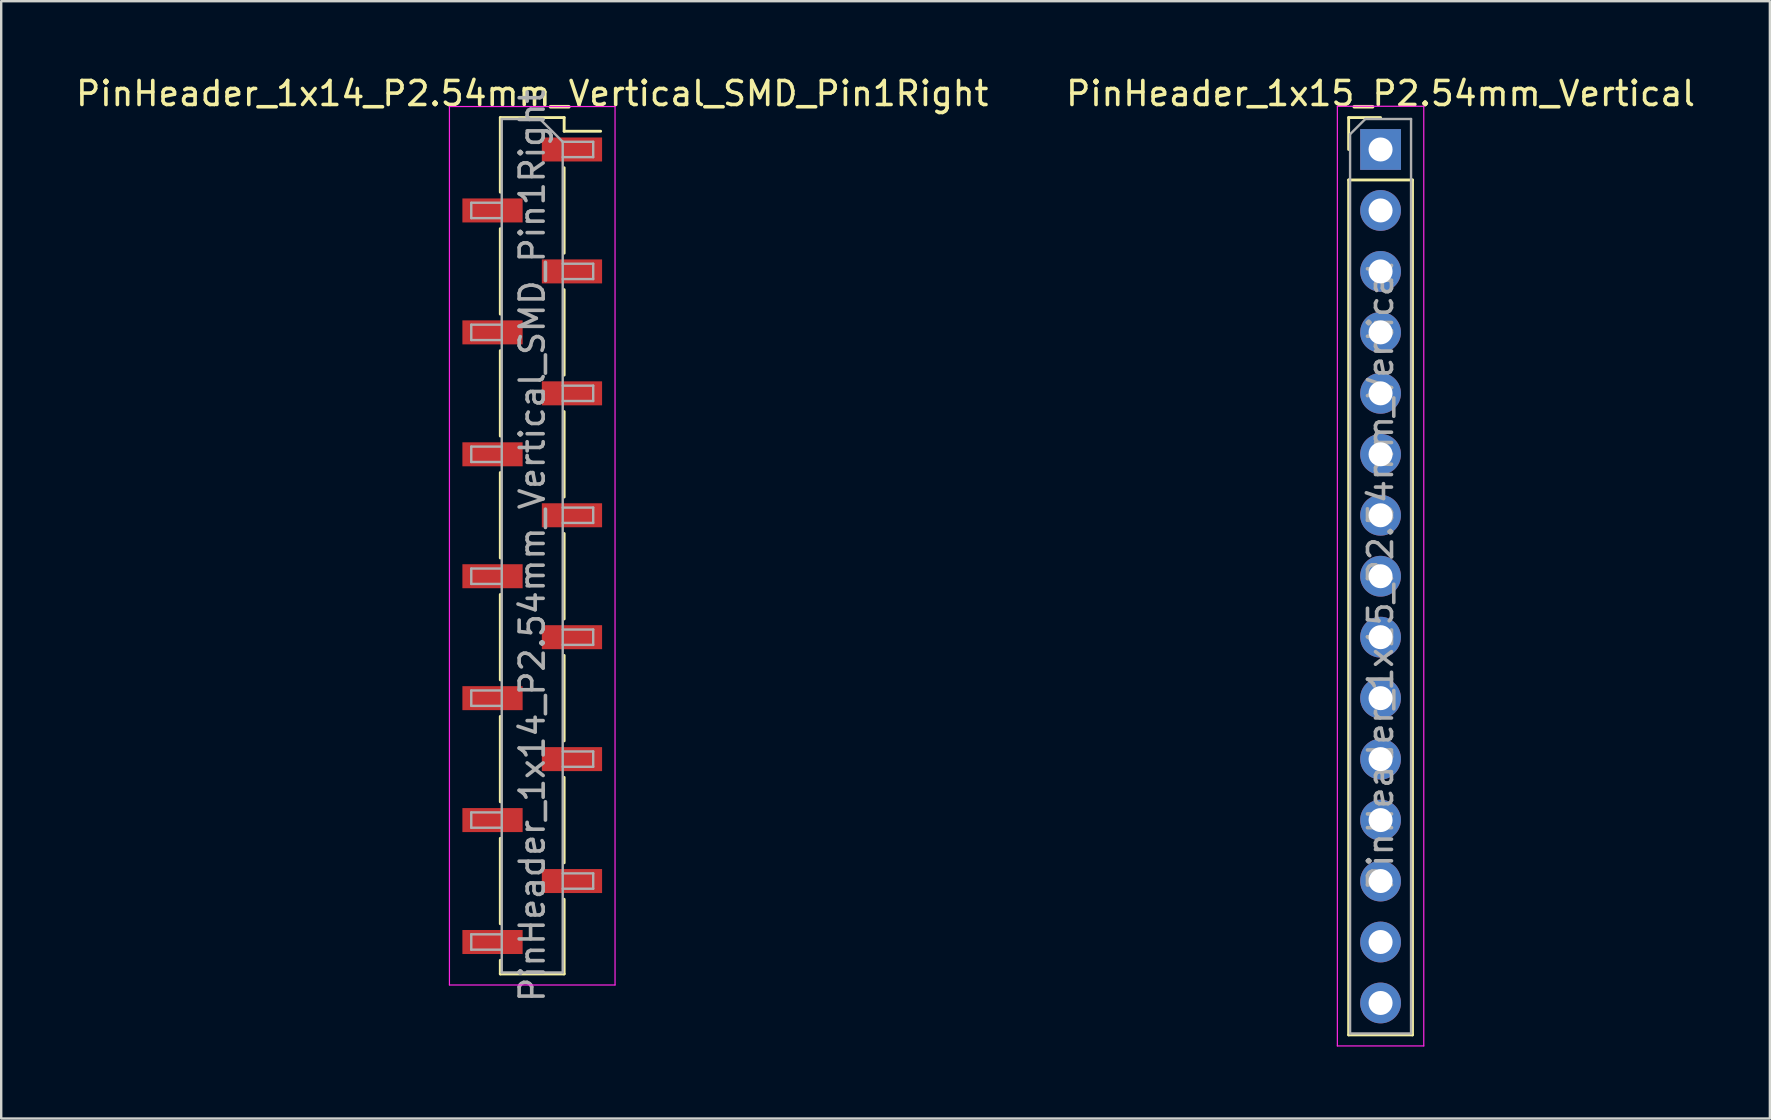
<source format=kicad_pcb>
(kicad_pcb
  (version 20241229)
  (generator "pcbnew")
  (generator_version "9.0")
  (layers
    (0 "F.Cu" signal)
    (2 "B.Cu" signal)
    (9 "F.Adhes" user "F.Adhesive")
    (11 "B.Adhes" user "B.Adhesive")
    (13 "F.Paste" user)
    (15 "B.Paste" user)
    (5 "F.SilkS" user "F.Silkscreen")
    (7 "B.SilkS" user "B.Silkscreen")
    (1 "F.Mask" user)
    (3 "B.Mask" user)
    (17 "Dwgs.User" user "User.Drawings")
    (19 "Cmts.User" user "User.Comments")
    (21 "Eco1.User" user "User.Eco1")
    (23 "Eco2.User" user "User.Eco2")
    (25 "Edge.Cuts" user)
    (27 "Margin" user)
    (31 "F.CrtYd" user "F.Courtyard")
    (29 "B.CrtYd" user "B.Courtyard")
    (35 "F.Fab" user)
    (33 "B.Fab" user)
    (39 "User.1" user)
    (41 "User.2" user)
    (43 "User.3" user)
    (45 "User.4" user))
  (footprint "PinHeader_1x14_P2.54mm_Vertical_SMD_Pin1Right"
    (layer "F.Cu")
    (at 19.125 19.688)
    (property "Reference" "PinHeader_1x14_P2.54mm_Vertical_SMD_Pin1Right" (at 0 -18.84 0) (layer "F.SilkS") (effects (font (size 1 1) (thickness 0.15))))
    (attr smd)
    (fp_line (start -1.33 -17.84) (end -1.33 -14.73) (stroke (width 0.12) (type solid)) (layer "F.SilkS"))
    (fp_line (start -1.33 -17.84) (end 1.33 -17.84) (stroke (width 0.12) (type solid)) (layer "F.SilkS"))
    (fp_line (start -1.33 -13.21) (end -1.33 -9.65) (stroke (width 0.12) (type solid)) (layer "F.SilkS"))
    (fp_line (start -1.33 -8.13) (end -1.33 -4.57) (stroke (width 0.12) (type solid)) (layer "F.SilkS"))
    (fp_line (start -1.33 -3.05) (end -1.33 0.51) (stroke (width 0.12) (type solid)) (layer "F.SilkS"))
    (fp_line (start -1.33 2.03) (end -1.33 5.59) (stroke (width 0.12) (type solid)) (layer "F.SilkS"))
    (fp_line (start -1.33 7.11) (end -1.33 10.67) (stroke (width 0.12) (type solid)) (layer "F.SilkS"))
    (fp_line (start -1.33 12.19) (end -1.33 15.75) (stroke (width 0.12) (type solid)) (layer "F.SilkS"))
    (fp_line (start -1.33 17.27) (end -1.33 17.84) (stroke (width 0.12) (type solid)) (layer "F.SilkS"))
    (fp_line (start -1.33 17.84) (end 1.33 17.84) (stroke (width 0.12) (type solid)) (layer "F.SilkS"))
    (fp_line (start 1.33 -17.84) (end 1.33 -17.27) (stroke (width 0.12) (type solid)) (layer "F.SilkS"))
    (fp_line (start 1.33 -17.27) (end 2.85 -17.27) (stroke (width 0.12) (type solid)) (layer "F.SilkS"))
    (fp_line (start 1.33 -15.75) (end 1.33 -12.19) (stroke (width 0.12) (type solid)) (layer "F.SilkS"))
    (fp_line (start 1.33 -10.67) (end 1.33 -7.11) (stroke (width 0.12) (type solid)) (layer "F.SilkS"))
    (fp_line (start 1.33 -5.59) (end 1.33 -2.03) (stroke (width 0.12) (type solid)) (layer "F.SilkS"))
    (fp_line (start 1.33 -0.51) (end 1.33 3.05) (stroke (width 0.12) (type solid)) (layer "F.SilkS"))
    (fp_line (start 1.33 4.57) (end 1.33 8.13) (stroke (width 0.12) (type solid)) (layer "F.SilkS"))
    (fp_line (start 1.33 9.65) (end 1.33 13.21) (stroke (width 0.12) (type solid)) (layer "F.SilkS"))
    (fp_line (start 1.33 14.73) (end 1.33 17.84) (stroke (width 0.12) (type solid)) (layer "F.SilkS"))
    (fp_line (start -3.45 -18.3) (end -3.45 18.3) (stroke (width 0.05) (type solid)) (layer "F.CrtYd"))
    (fp_line (start -3.45 18.3) (end 3.45 18.3) (stroke (width 0.05) (type solid)) (layer "F.CrtYd"))
    (fp_line (start 3.45 -18.3) (end -3.45 -18.3) (stroke (width 0.05) (type solid)) (layer "F.CrtYd"))
    (fp_line (start 3.45 18.3) (end 3.45 -18.3) (stroke (width 0.05) (type solid)) (layer "F.CrtYd"))
    (fp_line (start -2.54 -14.29) (end -2.54 -13.65) (stroke (width 0.1) (type solid)) (layer "F.Fab"))
    (fp_line (start -2.54 -13.65) (end -1.27 -13.65) (stroke (width 0.1) (type solid)) (layer "F.Fab"))
    (fp_line (start -2.54 -9.21) (end -2.54 -8.57) (stroke (width 0.1) (type solid)) (layer "F.Fab"))
    (fp_line (start -2.54 -8.57) (end -1.27 -8.57) (stroke (width 0.1) (type solid)) (layer "F.Fab"))
    (fp_line (start -2.54 -4.13) (end -2.54 -3.49) (stroke (width 0.1) (type solid)) (layer "F.Fab"))
    (fp_line (start -2.54 -3.49) (end -1.27 -3.49) (stroke (width 0.1) (type solid)) (layer "F.Fab"))
    (fp_line (start -2.54 0.95) (end -2.54 1.59) (stroke (width 0.1) (type solid)) (layer "F.Fab"))
    (fp_line (start -2.54 1.59) (end -1.27 1.59) (stroke (width 0.1) (type solid)) (layer "F.Fab"))
    (fp_line (start -2.54 6.03) (end -2.54 6.67) (stroke (width 0.1) (type solid)) (layer "F.Fab"))
    (fp_line (start -2.54 6.67) (end -1.27 6.67) (stroke (width 0.1) (type solid)) (layer "F.Fab"))
    (fp_line (start -2.54 11.11) (end -2.54 11.75) (stroke (width 0.1) (type solid)) (layer "F.Fab"))
    (fp_line (start -2.54 11.75) (end -1.27 11.75) (stroke (width 0.1) (type solid)) (layer "F.Fab"))
    (fp_line (start -2.54 16.19) (end -2.54 16.83) (stroke (width 0.1) (type solid)) (layer "F.Fab"))
    (fp_line (start -2.54 16.83) (end -1.27 16.83) (stroke (width 0.1) (type solid)) (layer "F.Fab"))
    (fp_line (start -1.27 -17.78) (end -1.27 17.78) (stroke (width 0.1) (type solid)) (layer "F.Fab"))
    (fp_line (start -1.27 -17.78) (end 0.32 -17.78) (stroke (width 0.1) (type solid)) (layer "F.Fab"))
    (fp_line (start -1.27 -14.29) (end -2.54 -14.29) (stroke (width 0.1) (type solid)) (layer "F.Fab"))
    (fp_line (start -1.27 -9.21) (end -2.54 -9.21) (stroke (width 0.1) (type solid)) (layer "F.Fab"))
    (fp_line (start -1.27 -4.13) (end -2.54 -4.13) (stroke (width 0.1) (type solid)) (layer "F.Fab"))
    (fp_line (start -1.27 0.95) (end -2.54 0.95) (stroke (width 0.1) (type solid)) (layer "F.Fab"))
    (fp_line (start -1.27 6.03) (end -2.54 6.03) (stroke (width 0.1) (type solid)) (layer "F.Fab"))
    (fp_line (start -1.27 11.11) (end -2.54 11.11) (stroke (width 0.1) (type solid)) (layer "F.Fab"))
    (fp_line (start -1.27 16.19) (end -2.54 16.19) (stroke (width 0.1) (type solid)) (layer "F.Fab"))
    (fp_line (start 1.27 -16.83) (end 0.32 -17.78) (stroke (width 0.1) (type solid)) (layer "F.Fab"))
    (fp_line (start 1.27 -16.83) (end 2.54 -16.83) (stroke (width 0.1) (type solid)) (layer "F.Fab"))
    (fp_line (start 1.27 -11.75) (end 2.54 -11.75) (stroke (width 0.1) (type solid)) (layer "F.Fab"))
    (fp_line (start 1.27 -6.67) (end 2.54 -6.67) (stroke (width 0.1) (type solid)) (layer "F.Fab"))
    (fp_line (start 1.27 -1.59) (end 2.54 -1.59) (stroke (width 0.1) (type solid)) (layer "F.Fab"))
    (fp_line (start 1.27 3.49) (end 2.54 3.49) (stroke (width 0.1) (type solid)) (layer "F.Fab"))
    (fp_line (start 1.27 8.57) (end 2.54 8.57) (stroke (width 0.1) (type solid)) (layer "F.Fab"))
    (fp_line (start 1.27 13.65) (end 2.54 13.65) (stroke (width 0.1) (type solid)) (layer "F.Fab"))
    (fp_line (start 1.27 17.78) (end -1.27 17.78) (stroke (width 0.1) (type solid)) (layer "F.Fab"))
    (fp_line (start 1.27 17.78) (end 1.27 -16.83) (stroke (width 0.1) (type solid)) (layer "F.Fab"))
    (fp_line (start 2.54 -16.83) (end 2.54 -16.19) (stroke (width 0.1) (type solid)) (layer "F.Fab"))
    (fp_line (start 2.54 -16.19) (end 1.27 -16.19) (stroke (width 0.1) (type solid)) (layer "F.Fab"))
    (fp_line (start 2.54 -11.75) (end 2.54 -11.11) (stroke (width 0.1) (type solid)) (layer "F.Fab"))
    (fp_line (start 2.54 -11.11) (end 1.27 -11.11) (stroke (width 0.1) (type solid)) (layer "F.Fab"))
    (fp_line (start 2.54 -6.67) (end 2.54 -6.03) (stroke (width 0.1) (type solid)) (layer "F.Fab"))
    (fp_line (start 2.54 -6.03) (end 1.27 -6.03) (stroke (width 0.1) (type solid)) (layer "F.Fab"))
    (fp_line (start 2.54 -1.59) (end 2.54 -0.95) (stroke (width 0.1) (type solid)) (layer "F.Fab"))
    (fp_line (start 2.54 -0.95) (end 1.27 -0.95) (stroke (width 0.1) (type solid)) (layer "F.Fab"))
    (fp_line (start 2.54 3.49) (end 2.54 4.13) (stroke (width 0.1) (type solid)) (layer "F.Fab"))
    (fp_line (start 2.54 4.13) (end 1.27 4.13) (stroke (width 0.1) (type solid)) (layer "F.Fab"))
    (fp_line (start 2.54 8.57) (end 2.54 9.21) (stroke (width 0.1) (type solid)) (layer "F.Fab"))
    (fp_line (start 2.54 9.21) (end 1.27 9.21) (stroke (width 0.1) (type solid)) (layer "F.Fab"))
    (fp_line (start 2.54 13.65) (end 2.54 14.29) (stroke (width 0.1) (type solid)) (layer "F.Fab"))
    (fp_line (start 2.54 14.29) (end 1.27 14.29) (stroke (width 0.1) (type solid)) (layer "F.Fab"))
    (fp_text user "${REFERENCE}" (at 0 0 90) (layer "F.Fab") (effects (font (size 1 1) (thickness 0.15))))
    (pad "1" smd rect (at 1.655 -16.51) (size 2.51 1) (layers "F.Cu" "F.Mask" "F.Paste"))
    (pad "2" smd rect (at -1.655 -13.97) (size 2.51 1) (layers "F.Cu" "F.Mask" "F.Paste"))
    (pad "3" smd rect (at 1.655 -11.43) (size 2.51 1) (layers "F.Cu" "F.Mask" "F.Paste"))
    (pad "4" smd rect (at -1.655 -8.89) (size 2.51 1) (layers "F.Cu" "F.Mask" "F.Paste"))
    (pad "5" smd rect (at 1.655 -6.35) (size 2.51 1) (layers "F.Cu" "F.Mask" "F.Paste"))
    (pad "6" smd rect (at -1.655 -3.81) (size 2.51 1) (layers "F.Cu" "F.Mask" "F.Paste"))
    (pad "7" smd rect (at 1.655 -1.27) (size 2.51 1) (layers "F.Cu" "F.Mask" "F.Paste"))
    (pad "8" smd rect (at -1.655 1.27) (size 2.51 1) (layers "F.Cu" "F.Mask" "F.Paste"))
    (pad "9" smd rect (at 1.655 3.81) (size 2.51 1) (layers "F.Cu" "F.Mask" "F.Paste"))
    (pad "10" smd rect (at -1.655 6.35) (size 2.51 1) (layers "F.Cu" "F.Mask" "F.Paste"))
    (pad "11" smd rect (at 1.655 8.89) (size 2.51 1) (layers "F.Cu" "F.Mask" "F.Paste"))
    (pad "12" smd rect (at -1.655 11.43) (size 2.51 1) (layers "F.Cu" "F.Mask" "F.Paste"))
    (pad "13" smd rect (at 1.655 13.97) (size 2.51 1) (layers "F.Cu" "F.Mask" "F.Paste"))
    (pad "14" smd rect (at -1.655 16.51) (size 2.51 1) (layers "F.Cu" "F.Mask" "F.Paste")))
  (footprint "PinHeader_1x15_P2.54mm_Vertical"
    (layer "F.Cu")
    (at 54.47 3.178)
    (property "Reference" "PinHeader_1x15_P2.54mm_Vertical" (at 0 -2.33 0) (layer "F.SilkS") (effects (font (size 1 1) (thickness 0.15))))
    (attr through_hole)
    (fp_line (start -1.33 -1.33) (end 0 -1.33) (stroke (width 0.12) (type solid)) (layer "F.SilkS"))
    (fp_line (start -1.33 0) (end -1.33 -1.33) (stroke (width 0.12) (type solid)) (layer "F.SilkS"))
    (fp_line (start -1.33 1.27) (end -1.33 36.89) (stroke (width 0.12) (type solid)) (layer "F.SilkS"))
    (fp_line (start -1.33 1.27) (end 1.33 1.27) (stroke (width 0.12) (type solid)) (layer "F.SilkS"))
    (fp_line (start -1.33 36.89) (end 1.33 36.89) (stroke (width 0.12) (type solid)) (layer "F.SilkS"))
    (fp_line (start 1.33 1.27) (end 1.33 36.89) (stroke (width 0.12) (type solid)) (layer "F.SilkS"))
    (fp_line (start -1.8 -1.8) (end -1.8 37.35) (stroke (width 0.05) (type solid)) (layer "F.CrtYd"))
    (fp_line (start -1.8 37.35) (end 1.8 37.35) (stroke (width 0.05) (type solid)) (layer "F.CrtYd"))
    (fp_line (start 1.8 -1.8) (end -1.8 -1.8) (stroke (width 0.05) (type solid)) (layer "F.CrtYd"))
    (fp_line (start 1.8 37.35) (end 1.8 -1.8) (stroke (width 0.05) (type solid)) (layer "F.CrtYd"))
    (fp_line (start -1.27 -0.635) (end -0.635 -1.27) (stroke (width 0.1) (type solid)) (layer "F.Fab"))
    (fp_line (start -1.27 36.83) (end -1.27 -0.635) (stroke (width 0.1) (type solid)) (layer "F.Fab"))
    (fp_line (start -0.635 -1.27) (end 1.27 -1.27) (stroke (width 0.1) (type solid)) (layer "F.Fab"))
    (fp_line (start 1.27 -1.27) (end 1.27 36.83) (stroke (width 0.1) (type solid)) (layer "F.Fab"))
    (fp_line (start 1.27 36.83) (end -1.27 36.83) (stroke (width 0.1) (type solid)) (layer "F.Fab"))
    (fp_text user "${REFERENCE}" (at 0 17.78 90) (layer "F.Fab") (effects (font (size 1 1) (thickness 0.15))))
    (pad "1" thru_hole rect (at 0 0) (size 1.7 1.7) (drill 1) (layers "*.Cu" "*.Mask"))
    (pad "2" thru_hole oval (at 0 2.54) (size 1.7 1.7) (drill 1) (layers "*.Cu" "*.Mask"))
    (pad "3" thru_hole oval (at 0 5.08) (size 1.7 1.7) (drill 1) (layers "*.Cu" "*.Mask"))
    (pad "4" thru_hole oval (at 0 7.62) (size 1.7 1.7) (drill 1) (layers "*.Cu" "*.Mask"))
    (pad "5" thru_hole oval (at 0 10.16) (size 1.7 1.7) (drill 1) (layers "*.Cu" "*.Mask"))
    (pad "6" thru_hole oval (at 0 12.7) (size 1.7 1.7) (drill 1) (layers "*.Cu" "*.Mask"))
    (pad "7" thru_hole oval (at 0 15.24) (size 1.7 1.7) (drill 1) (layers "*.Cu" "*.Mask"))
    (pad "8" thru_hole oval (at 0 17.78) (size 1.7 1.7) (drill 1) (layers "*.Cu" "*.Mask"))
    (pad "9" thru_hole oval (at 0 20.32) (size 1.7 1.7) (drill 1) (layers "*.Cu" "*.Mask"))
    (pad "10" thru_hole oval (at 0 22.86) (size 1.7 1.7) (drill 1) (layers "*.Cu" "*.Mask"))
    (pad "11" thru_hole oval (at 0 25.4) (size 1.7 1.7) (drill 1) (layers "*.Cu" "*.Mask"))
    (pad "12" thru_hole oval (at 0 27.94) (size 1.7 1.7) (drill 1) (layers "*.Cu" "*.Mask"))
    (pad "13" thru_hole oval (at 0 30.48) (size 1.7 1.7) (drill 1) (layers "*.Cu" "*.Mask"))
    (pad "14" thru_hole oval (at 0 33.02) (size 1.7 1.7) (drill 1) (layers "*.Cu" "*.Mask"))
    (pad "15" thru_hole oval (at 0 35.56) (size 1.7 1.7) (drill 1) (layers "*.Cu" "*.Mask")))
  (gr_rect
    (start -3 -3)
    (end 70.69 43.553)
    (stroke (width 0.1) (type default))
    (fill no)
    (layer "Edge.Cuts")))
</source>
